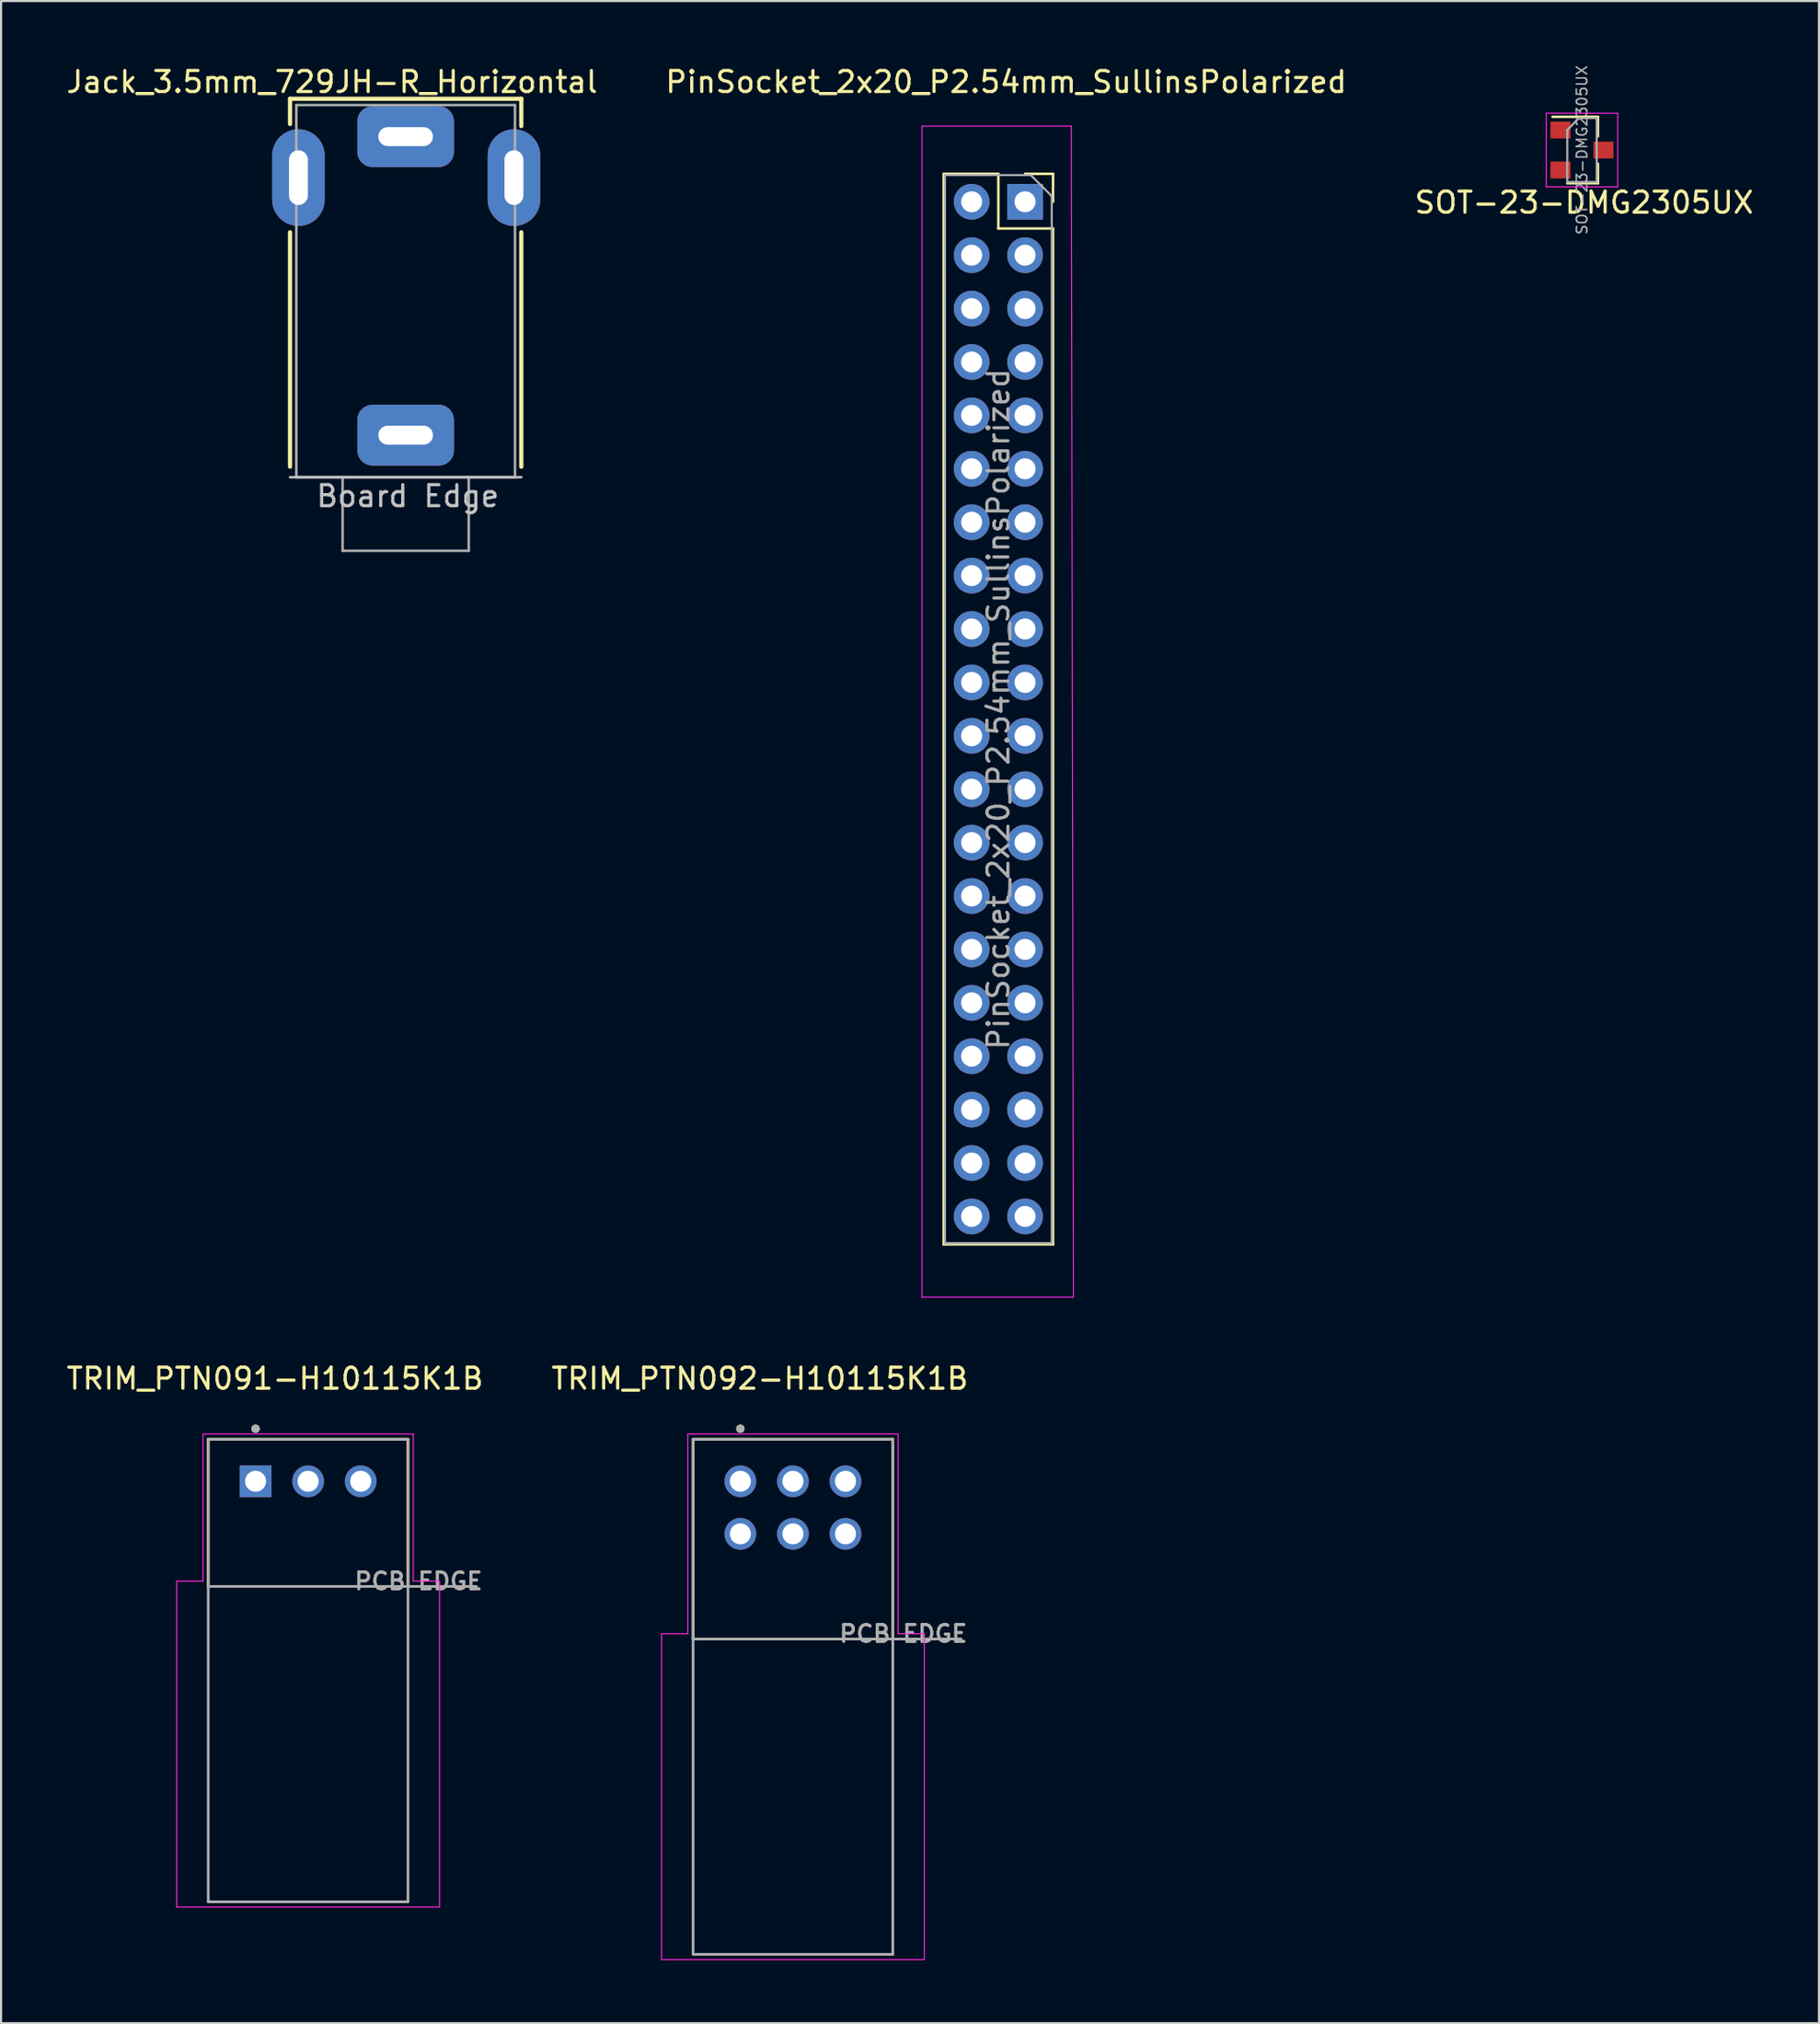
<source format=kicad_pcb>
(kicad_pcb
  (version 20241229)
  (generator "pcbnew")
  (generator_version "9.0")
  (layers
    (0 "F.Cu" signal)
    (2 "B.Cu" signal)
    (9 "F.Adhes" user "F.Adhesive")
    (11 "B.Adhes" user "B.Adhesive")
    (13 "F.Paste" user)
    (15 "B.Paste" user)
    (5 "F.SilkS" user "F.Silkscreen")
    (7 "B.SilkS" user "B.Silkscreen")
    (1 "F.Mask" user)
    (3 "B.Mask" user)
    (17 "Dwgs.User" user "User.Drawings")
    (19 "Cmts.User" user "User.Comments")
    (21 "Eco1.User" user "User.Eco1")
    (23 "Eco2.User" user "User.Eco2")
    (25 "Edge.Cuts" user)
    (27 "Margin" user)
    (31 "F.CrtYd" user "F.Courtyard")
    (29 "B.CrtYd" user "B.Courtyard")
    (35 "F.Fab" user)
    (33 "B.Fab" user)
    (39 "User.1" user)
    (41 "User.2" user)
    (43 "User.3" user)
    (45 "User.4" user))
  (footprint "PinSocket_2x20_P2.54mm_SullinsPolarized"
    (layer "F.Cu")
    (at 45.804 6.548)
    (property "Reference" "PinSocket_2x20_P2.54mm_SullinsPolarized" (at -1 -5.7 0) (layer "F.SilkS") (effects (font (size 1 1) (thickness 0.15))))
    (attr through_hole)
    (fp_line (start -3.97 -1.33) (end -3.97 49.59) (stroke (width 0.12) (type solid)) (layer "F.SilkS"))
    (fp_line (start -3.97 -1.33) (end -1.37 -1.33) (stroke (width 0.12) (type solid)) (layer "F.SilkS"))
    (fp_line (start -3.97 49.59) (end 1.23 49.59) (stroke (width 0.12) (type solid)) (layer "F.SilkS"))
    (fp_line (start -1.37 -1.33) (end -1.37 1.27) (stroke (width 0.12) (type solid)) (layer "F.SilkS"))
    (fp_line (start -1.37 1.27) (end 1.23 1.27) (stroke (width 0.12) (type solid)) (layer "F.SilkS"))
    (fp_line (start -0.1 -1.33) (end 1.23 -1.33) (stroke (width 0.12) (type solid)) (layer "F.SilkS"))
    (fp_line (start 1.23 -1.33) (end 1.23 0) (stroke (width 0.12) (type solid)) (layer "F.SilkS"))
    (fp_line (start 1.23 1.27) (end 1.23 49.59) (stroke (width 0.12) (type solid)) (layer "F.SilkS"))
    (fp_line (start -5 -3.6) (end 2.1 -3.6) (stroke (width 0.05) (type solid)) (layer "F.CrtYd"))
    (fp_line (start -5 52.1) (end -5 -3.6) (stroke (width 0.05) (type solid)) (layer "F.CrtYd"))
    (fp_line (start 2.1 -3.6) (end 2.2 52.1) (stroke (width 0.05) (type solid)) (layer "F.CrtYd"))
    (fp_line (start 2.2 52.1) (end -5 52.1) (stroke (width 0.05) (type solid)) (layer "F.CrtYd"))
    (fp_line (start -3.91 -1.27) (end 0.17 -1.27) (stroke (width 0.1) (type solid)) (layer "F.Fab"))
    (fp_line (start -3.91 49.53) (end -3.91 -1.27) (stroke (width 0.1) (type solid)) (layer "F.Fab"))
    (fp_line (start 0.17 -1.27) (end 1.17 -0.27) (stroke (width 0.1) (type solid)) (layer "F.Fab"))
    (fp_line (start 1.17 -0.27) (end 1.17 49.53) (stroke (width 0.1) (type solid)) (layer "F.Fab"))
    (fp_line (start 1.17 49.53) (end -3.91 49.53) (stroke (width 0.1) (type solid)) (layer "F.Fab"))
    (fp_text user "${REFERENCE}" (at -1.37 24.13 270) (layer "F.Fab") (effects (font (size 1 1) (thickness 0.15))))
    (pad "1" thru_hole rect (at -0.1 0) (size 1.7 1.7) (drill 1) (layers "*.Cu" "*.Mask"))
    (pad "2" thru_hole oval (at -2.64 0) (size 1.7 1.7) (drill 1) (layers "*.Cu" "*.Mask"))
    (pad "3" thru_hole oval (at -0.1 2.54) (size 1.7 1.7) (drill 1) (layers "*.Cu" "*.Mask"))
    (pad "4" thru_hole oval (at -2.64 2.54) (size 1.7 1.7) (drill 1) (layers "*.Cu" "*.Mask"))
    (pad "5" thru_hole oval (at -0.1 5.08) (size 1.7 1.7) (drill 1) (layers "*.Cu" "*.Mask"))
    (pad "6" thru_hole oval (at -2.64 5.08) (size 1.7 1.7) (drill 1) (layers "*.Cu" "*.Mask"))
    (pad "7" thru_hole oval (at -0.1 7.62) (size 1.7 1.7) (drill 1) (layers "*.Cu" "*.Mask"))
    (pad "8" thru_hole oval (at -2.64 7.62) (size 1.7 1.7) (drill 1) (layers "*.Cu" "*.Mask"))
    (pad "9" thru_hole oval (at -0.1 10.16) (size 1.7 1.7) (drill 1) (layers "*.Cu" "*.Mask"))
    (pad "10" thru_hole oval (at -2.64 10.16) (size 1.7 1.7) (drill 1) (layers "*.Cu" "*.Mask"))
    (pad "11" thru_hole oval (at -0.1 12.7) (size 1.7 1.7) (drill 1) (layers "*.Cu" "*.Mask"))
    (pad "12" thru_hole oval (at -2.64 12.7) (size 1.7 1.7) (drill 1) (layers "*.Cu" "*.Mask"))
    (pad "13" thru_hole oval (at -0.1 15.24) (size 1.7 1.7) (drill 1) (layers "*.Cu" "*.Mask"))
    (pad "14" thru_hole oval (at -2.64 15.24) (size 1.7 1.7) (drill 1) (layers "*.Cu" "*.Mask"))
    (pad "15" thru_hole oval (at -0.1 17.78) (size 1.7 1.7) (drill 1) (layers "*.Cu" "*.Mask"))
    (pad "16" thru_hole oval (at -2.64 17.78) (size 1.7 1.7) (drill 1) (layers "*.Cu" "*.Mask"))
    (pad "17" thru_hole oval (at -0.1 20.32) (size 1.7 1.7) (drill 1) (layers "*.Cu" "*.Mask"))
    (pad "18" thru_hole oval (at -2.64 20.32) (size 1.7 1.7) (drill 1) (layers "*.Cu" "*.Mask"))
    (pad "19" thru_hole oval (at -0.1 22.86) (size 1.7 1.7) (drill 1) (layers "*.Cu" "*.Mask"))
    (pad "20" thru_hole oval (at -2.64 22.86) (size 1.7 1.7) (drill 1) (layers "*.Cu" "*.Mask"))
    (pad "21" thru_hole oval (at -0.1 25.4) (size 1.7 1.7) (drill 1) (layers "*.Cu" "*.Mask"))
    (pad "22" thru_hole oval (at -2.64 25.4) (size 1.7 1.7) (drill 1) (layers "*.Cu" "*.Mask"))
    (pad "23" thru_hole oval (at -0.1 27.94) (size 1.7 1.7) (drill 1) (layers "*.Cu" "*.Mask"))
    (pad "24" thru_hole oval (at -2.64 27.94) (size 1.7 1.7) (drill 1) (layers "*.Cu" "*.Mask"))
    (pad "25" thru_hole oval (at -0.1 30.48) (size 1.7 1.7) (drill 1) (layers "*.Cu" "*.Mask"))
    (pad "26" thru_hole oval (at -2.64 30.48) (size 1.7 1.7) (drill 1) (layers "*.Cu" "*.Mask"))
    (pad "27" thru_hole oval (at -0.1 33.02) (size 1.7 1.7) (drill 1) (layers "*.Cu" "*.Mask"))
    (pad "28" thru_hole oval (at -2.64 33.02) (size 1.7 1.7) (drill 1) (layers "*.Cu" "*.Mask"))
    (pad "29" thru_hole oval (at -0.1 35.56) (size 1.7 1.7) (drill 1) (layers "*.Cu" "*.Mask"))
    (pad "30" thru_hole oval (at -2.64 35.56) (size 1.7 1.7) (drill 1) (layers "*.Cu" "*.Mask"))
    (pad "31" thru_hole oval (at -0.1 38.1) (size 1.7 1.7) (drill 1) (layers "*.Cu" "*.Mask"))
    (pad "32" thru_hole oval (at -2.64 38.1) (size 1.7 1.7) (drill 1) (layers "*.Cu" "*.Mask"))
    (pad "33" thru_hole oval (at -0.1 40.64) (size 1.7 1.7) (drill 1) (layers "*.Cu" "*.Mask"))
    (pad "34" thru_hole oval (at -2.64 40.64) (size 1.7 1.7) (drill 1) (layers "*.Cu" "*.Mask"))
    (pad "35" thru_hole oval (at -0.1 43.18) (size 1.7 1.7) (drill 1) (layers "*.Cu" "*.Mask"))
    (pad "36" thru_hole oval (at -2.64 43.18) (size 1.7 1.7) (drill 1) (layers "*.Cu" "*.Mask"))
    (pad "37" thru_hole oval (at -0.1 45.72) (size 1.7 1.7) (drill 1) (layers "*.Cu" "*.Mask"))
    (pad "38" thru_hole oval (at -2.64 45.72) (size 1.7 1.7) (drill 1) (layers "*.Cu" "*.Mask"))
    (pad "39" thru_hole oval (at -0.1 48.26) (size 1.7 1.7) (drill 1) (layers "*.Cu" "*.Mask"))
    (pad "40" thru_hole oval (at -2.64 48.26) (size 1.7 1.7) (drill 1) (layers "*.Cu" "*.Mask")))
  (footprint "SOT-23-DMG2305UX"
    (layer "F.Cu")
    (at 72.192 4.086)
    (property "Reference" "SOT-23-DMG2305UX" (at 0.1 2.5 0) (layer "F.SilkS") (effects (font (size 1 1) (thickness 0.15))))
    (attr smd)
    (fp_line (start 0.76 -1.58) (end -1.4 -1.58) (stroke (width 0.12) (type solid)) (layer "F.SilkS"))
    (fp_line (start 0.76 -1.58) (end 0.76 -0.65) (stroke (width 0.12) (type solid)) (layer "F.SilkS"))
    (fp_line (start 0.76 1.58) (end -0.7 1.58) (stroke (width 0.12) (type solid)) (layer "F.SilkS"))
    (fp_line (start 0.76 1.58) (end 0.76 0.65) (stroke (width 0.12) (type solid)) (layer "F.SilkS"))
    (fp_line (start -1.7 -1.75) (end 1.7 -1.75) (stroke (width 0.05) (type solid)) (layer "F.CrtYd"))
    (fp_line (start -1.7 1.75) (end -1.7 -1.75) (stroke (width 0.05) (type solid)) (layer "F.CrtYd"))
    (fp_line (start 1.7 -1.75) (end 1.7 1.75) (stroke (width 0.05) (type solid)) (layer "F.CrtYd"))
    (fp_line (start 1.7 1.75) (end -1.7 1.75) (stroke (width 0.05) (type solid)) (layer "F.CrtYd"))
    (fp_line (start -0.7 -0.95) (end -0.7 1.5) (stroke (width 0.1) (type solid)) (layer "F.Fab"))
    (fp_line (start -0.7 -0.95) (end -0.15 -1.52) (stroke (width 0.1) (type solid)) (layer "F.Fab"))
    (fp_line (start -0.7 1.52) (end 0.7 1.52) (stroke (width 0.1) (type solid)) (layer "F.Fab"))
    (fp_line (start -0.15 -1.52) (end 0.7 -1.52) (stroke (width 0.1) (type solid)) (layer "F.Fab"))
    (fp_line (start 0.7 -1.52) (end 0.7 1.52) (stroke (width 0.1) (type solid)) (layer "F.Fab"))
    (fp_text user "${REFERENCE}" (at 0 0 90) (layer "F.Fab") (effects (font (size 0.5 0.5) (thickness 0.075))))
    (pad "1" smd rect (at -1.025 -0.95) (size 0.95 0.8) (layers "F.Cu" "F.Mask" "F.Paste"))
    (pad "2" smd rect (at -1.025 0.95) (size 0.95 0.8) (layers "F.Cu" "F.Mask" "F.Paste"))
    (pad "3" smd rect (at 1.025 0) (size 0.95 0.8) (layers "F.Cu" "F.Mask" "F.Paste")))
  (footprint "Jack_3.5mm_729JH-R_Horizontal"
    (layer "F.Cu")
    (at 16.244 19.648)
    (property "Reference" "Jack_3.5mm_729JH-R_Horizontal" (at -3.5 -18.8 0) (layer "F.SilkS") (effects (font (size 1 1) (thickness 0.15))))
    (attr through_hole)
    (fp_line (start -5.5 -18) (end -5.5 -16.8) (stroke (width 0.2) (type default)) (layer "F.SilkS"))
    (fp_line (start -5.5 -11.65) (end -5.5 -0.5) (stroke (width 0.2) (type solid)) (layer "F.SilkS"))
    (fp_line (start 5.5 -18) (end -5.5 -18) (stroke (width 0.2) (type solid)) (layer "F.SilkS"))
    (fp_line (start 5.5 -16.7) (end 5.5 -18) (stroke (width 0.2) (type solid)) (layer "F.SilkS"))
    (fp_line (start 5.5 -0.5) (end 5.5 -11.65) (stroke (width 0.2) (type solid)) (layer "F.SilkS"))
    (fp_line (start -5.5 0) (end 5.5 0) (stroke (width 0.12) (type solid)) (layer "Dwgs.User"))
    (fp_line (start -5.2 -17.7) (end -5.2 0) (stroke (width 0.12) (type solid)) (layer "F.Fab"))
    (fp_line (start -5.2 0) (end 5.2 0) (stroke (width 0.12) (type solid)) (layer "F.Fab"))
    (fp_line (start -3 0) (end -3 3.5) (stroke (width 0.12) (type solid)) (layer "F.Fab"))
    (fp_line (start -3 3.5) (end 3 3.5) (stroke (width 0.12) (type solid)) (layer "F.Fab"))
    (fp_line (start 3 3.5) (end 3 0) (stroke (width 0.12) (type solid)) (layer "F.Fab"))
    (fp_line (start 5.2 -17.7) (end -5.2 -17.7) (stroke (width 0.12) (type solid)) (layer "F.Fab"))
    (fp_line (start 5.2 0) (end 5.2 -17.7) (stroke (width 0.12) (type solid)) (layer "F.Fab"))
    (fp_text user "Board Edge" (at 0.1 0.9 0) (layer "Dwgs.User") (effects (font (size 1 1) (thickness 0.15))))
    (pad "S" thru_hole roundrect (at 0 -2) (size 4.6 2.9) (drill oval 2.6 0.9) (layers "*.Cu" "*.Mask") (roundrect_rratio 0.25))
    (pad "T" thru_hole roundrect (at 0 -16.2) (size 4.6 2.9) (drill oval 2.6 0.9) (layers "*.Cu" "*.Mask") (roundrect_rratio 0.25))
    (pad "TN" thru_hole oval (at -5.1 -14.25 90) (size 4.6 2.5) (drill oval 2.6 0.9) (layers "*.Cu" "*.Mask"))
    (pad "TN" thru_hole oval (at 5.15 -14.25 90) (size 4.6 2.5) (drill oval 2.6 0.9) (layers "*.Cu" "*.Mask")))
  (footprint "TRIM_PTN092-H10115K1B"
    (layer "F.Cu")
    (at 34.664 69.906)
    (property "Reference" "TRIM_PTN092-H10115K1B" (at -1.575 -7.385 0) (layer "F.SilkS") (effects (font (size 1 1) (thickness 0.15))))
    (attr through_hole)
    (fp_line (start -4.75 -4.5) (end -4.75 5) (stroke (width 0.127) (type solid)) (layer "F.SilkS"))
    (fp_line (start 4.75 -4.5) (end -4.75 -4.5) (stroke (width 0.127) (type solid)) (layer "F.SilkS"))
    (fp_line (start 4.75 5) (end 4.75 -4.5) (stroke (width 0.127) (type solid)) (layer "F.SilkS"))
    (fp_circle (center -2.5 -5) (end -2.4 -5) (stroke (width 0.2) (type solid)) (fill no) (layer "F.SilkS"))
    (fp_line (start -6.25 4.75) (end -6.25 20.25) (stroke (width 0.05) (type solid)) (layer "F.CrtYd"))
    (fp_line (start -5 -4.75) (end 5 -4.75) (stroke (width 0.05) (type solid)) (layer "F.CrtYd"))
    (fp_line (start -5 4.75) (end -6.25 4.75) (stroke (width 0.05) (type solid)) (layer "F.CrtYd"))
    (fp_line (start -5 4.75) (end -5 -4.75) (stroke (width 0.05) (type solid)) (layer "F.CrtYd"))
    (fp_line (start 5 -4.75) (end 5 4.75) (stroke (width 0.05) (type solid)) (layer "F.CrtYd"))
    (fp_line (start 5 4.75) (end 6.25 4.75) (stroke (width 0.05) (type solid)) (layer "F.CrtYd"))
    (fp_line (start 6.25 4.75) (end 6.25 20.25) (stroke (width 0.05) (type solid)) (layer "F.CrtYd"))
    (fp_line (start 6.25 20.25) (end -6.25 20.25) (stroke (width 0.05) (type solid)) (layer "F.CrtYd"))
    (fp_line (start -4.75 -4.5) (end -4.75 5) (stroke (width 0.127) (type solid)) (layer "F.Fab"))
    (fp_line (start -4.75 5) (end -4.75 20) (stroke (width 0.127) (type solid)) (layer "F.Fab"))
    (fp_line (start -4.75 5) (end 8 5) (stroke (width 0.127) (type solid)) (layer "F.Fab"))
    (fp_line (start -4.75 20) (end 4.75 20) (stroke (width 0.127) (type solid)) (layer "F.Fab"))
    (fp_line (start 4.75 -4.5) (end -4.75 -4.5) (stroke (width 0.127) (type solid)) (layer "F.Fab"))
    (fp_line (start 4.75 20) (end 4.75 -4.5) (stroke (width 0.127) (type solid)) (layer "F.Fab"))
    (fp_circle (center -2.5 -5) (end -2.4 -5) (stroke (width 0.2) (type solid)) (fill no) (layer "F.Fab"))
    (fp_text user "PCB EDGE" (at 5.25 4.75 0) (layer "F.Fab") (effects (font (size 0.8 0.8) (thickness 0.15))))
    (pad "1" thru_hole circle (at -2.5 -2.5) (size 1.508 1.508) (drill 1) (layers "*.Cu" "*.Mask"))
    (pad "2" thru_hole circle (at 0 -2.5) (size 1.508 1.508) (drill 1) (layers "*.Cu" "*.Mask"))
    (pad "3" thru_hole circle (at 2.5 -2.5) (size 1.508 1.508) (drill 1) (layers "*.Cu" "*.Mask"))
    (pad "4" thru_hole circle (at -2.5 0) (size 1.508 1.508) (drill 1) (layers "*.Cu" "*.Mask"))
    (pad "5" thru_hole circle (at 0 0) (size 1.508 1.508) (drill 1) (layers "*.Cu" "*.Mask"))
    (pad "6" thru_hole circle (at 2.5 0) (size 1.508 1.508) (drill 1) (layers "*.Cu" "*.Mask")))
  (footprint "TRIM_PTN091-H10115K1B"
    (layer "F.Cu")
    (at 11.605 67.406)
    (property "Reference" "TRIM_PTN091-H10115K1B" (at -1.575 -4.885 0) (layer "F.SilkS") (effects (font (size 1 1) (thickness 0.15))))
    (attr through_hole)
    (fp_line (start -4.75 -2) (end -4.75 5) (stroke (width 0.127) (type solid)) (layer "F.SilkS"))
    (fp_line (start 4.75 -2) (end -4.75 -2) (stroke (width 0.127) (type solid)) (layer "F.SilkS"))
    (fp_line (start 4.75 5) (end 4.75 -2) (stroke (width 0.127) (type solid)) (layer "F.SilkS"))
    (fp_circle (center -2.5 -2.5) (end -2.4 -2.5) (stroke (width 0.2) (type solid)) (fill no) (layer "F.SilkS"))
    (fp_line (start -6.25 4.75) (end -6.25 20.25) (stroke (width 0.05) (type solid)) (layer "F.CrtYd"))
    (fp_line (start -5 -2.25) (end 5 -2.25) (stroke (width 0.05) (type solid)) (layer "F.CrtYd"))
    (fp_line (start -5 4.75) (end -6.25 4.75) (stroke (width 0.05) (type solid)) (layer "F.CrtYd"))
    (fp_line (start -5 4.75) (end -5 -2.25) (stroke (width 0.05) (type solid)) (layer "F.CrtYd"))
    (fp_line (start 5 -2.25) (end 5 4.75) (stroke (width 0.05) (type solid)) (layer "F.CrtYd"))
    (fp_line (start 5 4.75) (end 6.25 4.75) (stroke (width 0.05) (type solid)) (layer "F.CrtYd"))
    (fp_line (start 6.25 4.75) (end 6.25 20.25) (stroke (width 0.05) (type solid)) (layer "F.CrtYd"))
    (fp_line (start 6.25 20.25) (end -6.25 20.25) (stroke (width 0.05) (type solid)) (layer "F.CrtYd"))
    (fp_line (start -4.75 -2) (end -4.75 5) (stroke (width 0.127) (type solid)) (layer "F.Fab"))
    (fp_line (start -4.75 5) (end -4.75 20) (stroke (width 0.127) (type solid)) (layer "F.Fab"))
    (fp_line (start -4.75 5) (end 8 5) (stroke (width 0.127) (type solid)) (layer "F.Fab"))
    (fp_line (start -4.75 20) (end 4.75 20) (stroke (width 0.127) (type solid)) (layer "F.Fab"))
    (fp_line (start 4.75 -2) (end -4.75 -2) (stroke (width 0.127) (type solid)) (layer "F.Fab"))
    (fp_line (start 4.75 20) (end 4.75 -2) (stroke (width 0.127) (type solid)) (layer "F.Fab"))
    (fp_circle (center -2.5 -2.5) (end -2.4 -2.5) (stroke (width 0.2) (type solid)) (fill no) (layer "F.Fab"))
    (fp_text user "PCB EDGE" (at 5.25 4.75 0) (layer "F.Fab") (effects (font (size 0.8 0.8) (thickness 0.15))))
    (pad "1" thru_hole rect (at -2.5 0) (size 1.508 1.508) (drill 1) (layers "*.Cu" "*.Mask"))
    (pad "2" thru_hole circle (at 0 0) (size 1.508 1.508) (drill 1) (layers "*.Cu" "*.Mask"))
    (pad "3" thru_hole circle (at 2.5 0) (size 1.508 1.508) (drill 1) (layers "*.Cu" "*.Mask")))
  (gr_rect
    (start -3 -3)
    (end 83.464 93.181)
    (stroke (width 0.1) (type default))
    (fill no)
    (layer "Edge.Cuts")))
</source>
